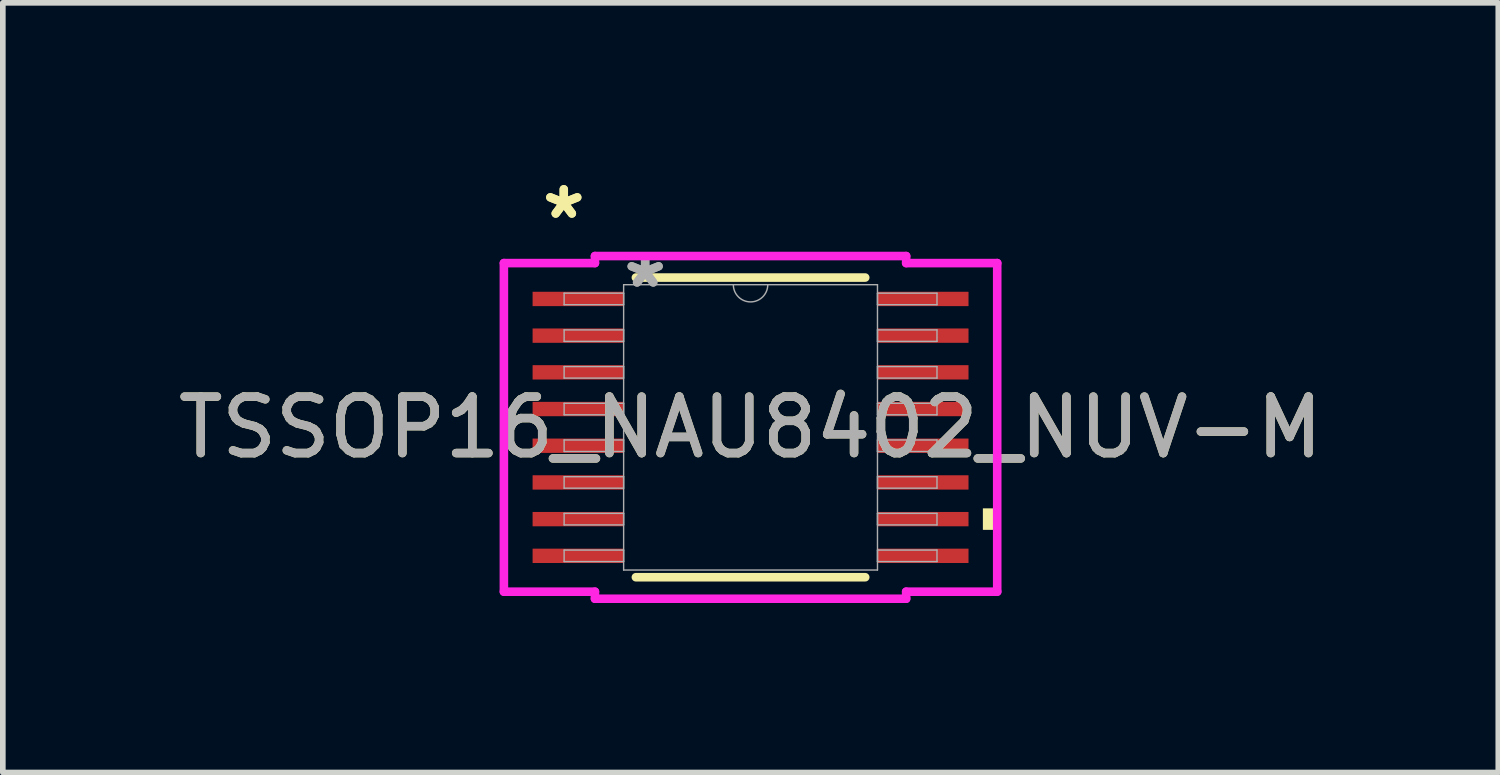
<source format=kicad_pcb>
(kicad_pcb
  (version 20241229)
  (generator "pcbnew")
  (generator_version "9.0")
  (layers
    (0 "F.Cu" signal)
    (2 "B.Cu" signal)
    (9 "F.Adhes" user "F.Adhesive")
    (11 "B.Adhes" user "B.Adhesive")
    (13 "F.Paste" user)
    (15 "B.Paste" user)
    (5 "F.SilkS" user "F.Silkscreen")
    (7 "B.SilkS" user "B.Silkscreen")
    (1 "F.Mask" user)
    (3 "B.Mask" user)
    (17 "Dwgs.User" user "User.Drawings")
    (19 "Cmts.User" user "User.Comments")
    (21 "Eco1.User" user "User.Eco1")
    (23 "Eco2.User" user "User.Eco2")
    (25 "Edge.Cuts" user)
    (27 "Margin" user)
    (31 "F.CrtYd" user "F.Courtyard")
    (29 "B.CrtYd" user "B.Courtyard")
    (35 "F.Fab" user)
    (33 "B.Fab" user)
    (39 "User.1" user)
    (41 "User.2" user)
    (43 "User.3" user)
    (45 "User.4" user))
  (footprint "TSSOP16_NAU8402_NUV-M"
    (layer "F.Cu")
    (at 10.244 4.52)
    (property "Reference" "TSSOP16_NAU8402_NUV-M" (at 0 0 0) (unlocked yes) (layer "F.SilkS") (effects (font (size 1 1) (thickness 0.15))))
    (attr smd)
    (fp_line (start -2.031 2.654) (end 2.031 2.654) (stroke (width 0.152) (type solid)) (layer "F.SilkS"))
    (fp_line (start 2.031 -2.654) (end -2.031 -2.654) (stroke (width 0.152) (type solid)) (layer "F.SilkS"))
    (fp_poly (pts (xy 4.369 1.434) (xy 4.369 1.815) (xy 4.115 1.815) (xy 4.115 1.434)) (stroke (width 0) (type solid)) (fill yes) (layer "F.SilkS"))
    (fp_line (start -4.369 -2.91) (end -2.756 -2.91) (stroke (width 0.152) (type solid)) (layer "F.CrtYd"))
    (fp_line (start -4.369 2.91) (end -4.369 -2.91) (stroke (width 0.152) (type solid)) (layer "F.CrtYd"))
    (fp_line (start -4.369 2.91) (end -2.756 2.91) (stroke (width 0.152) (type solid)) (layer "F.CrtYd"))
    (fp_line (start -2.756 -3.035) (end 2.756 -3.035) (stroke (width 0.152) (type solid)) (layer "F.CrtYd"))
    (fp_line (start -2.756 -2.91) (end -2.756 -3.035) (stroke (width 0.152) (type solid)) (layer "F.CrtYd"))
    (fp_line (start -2.756 3.035) (end -2.756 2.91) (stroke (width 0.152) (type solid)) (layer "F.CrtYd"))
    (fp_line (start 2.756 -3.035) (end 2.756 -2.91) (stroke (width 0.152) (type solid)) (layer "F.CrtYd"))
    (fp_line (start 2.756 2.91) (end 2.756 3.035) (stroke (width 0.152) (type solid)) (layer "F.CrtYd"))
    (fp_line (start 2.756 3.035) (end -2.756 3.035) (stroke (width 0.152) (type solid)) (layer "F.CrtYd"))
    (fp_line (start 4.369 -2.91) (end 2.756 -2.91) (stroke (width 0.152) (type solid)) (layer "F.CrtYd"))
    (fp_line (start 4.369 -2.91) (end 4.369 2.91) (stroke (width 0.152) (type solid)) (layer "F.CrtYd"))
    (fp_line (start 4.369 2.91) (end 2.756 2.91) (stroke (width 0.152) (type solid)) (layer "F.CrtYd"))
    (fp_line (start -3.302 -2.377) (end -3.302 -2.173) (stroke (width 0.025) (type solid)) (layer "F.Fab"))
    (fp_line (start -3.302 -2.173) (end -2.248 -2.173) (stroke (width 0.025) (type solid)) (layer "F.Fab"))
    (fp_line (start -3.302 -1.727) (end -3.302 -1.523) (stroke (width 0.025) (type solid)) (layer "F.Fab"))
    (fp_line (start -3.302 -1.523) (end -2.248 -1.523) (stroke (width 0.025) (type solid)) (layer "F.Fab"))
    (fp_line (start -3.302 -1.077) (end -3.302 -0.873) (stroke (width 0.025) (type solid)) (layer "F.Fab"))
    (fp_line (start -3.302 -0.873) (end -2.248 -0.873) (stroke (width 0.025) (type solid)) (layer "F.Fab"))
    (fp_line (start -3.302 -0.427) (end -3.302 -0.223) (stroke (width 0.025) (type solid)) (layer "F.Fab"))
    (fp_line (start -3.302 -0.223) (end -2.248 -0.223) (stroke (width 0.025) (type solid)) (layer "F.Fab"))
    (fp_line (start -3.302 0.223) (end -3.302 0.427) (stroke (width 0.025) (type solid)) (layer "F.Fab"))
    (fp_line (start -3.302 0.427) (end -2.248 0.427) (stroke (width 0.025) (type solid)) (layer "F.Fab"))
    (fp_line (start -3.302 0.873) (end -3.302 1.077) (stroke (width 0.025) (type solid)) (layer "F.Fab"))
    (fp_line (start -3.302 1.077) (end -2.248 1.077) (stroke (width 0.025) (type solid)) (layer "F.Fab"))
    (fp_line (start -3.302 1.523) (end -3.302 1.727) (stroke (width 0.025) (type solid)) (layer "F.Fab"))
    (fp_line (start -3.302 1.727) (end -2.248 1.727) (stroke (width 0.025) (type solid)) (layer "F.Fab"))
    (fp_line (start -3.302 2.173) (end -3.302 2.377) (stroke (width 0.025) (type solid)) (layer "F.Fab"))
    (fp_line (start -3.302 2.377) (end -2.248 2.377) (stroke (width 0.025) (type solid)) (layer "F.Fab"))
    (fp_line (start -2.248 -2.527) (end -2.248 2.527) (stroke (width 0.025) (type solid)) (layer "F.Fab"))
    (fp_line (start -2.248 -2.377) (end -3.302 -2.377) (stroke (width 0.025) (type solid)) (layer "F.Fab"))
    (fp_line (start -2.248 -2.173) (end -2.248 -2.377) (stroke (width 0.025) (type solid)) (layer "F.Fab"))
    (fp_line (start -2.248 -1.727) (end -3.302 -1.727) (stroke (width 0.025) (type solid)) (layer "F.Fab"))
    (fp_line (start -2.248 -1.523) (end -2.248 -1.727) (stroke (width 0.025) (type solid)) (layer "F.Fab"))
    (fp_line (start -2.248 -1.077) (end -3.302 -1.077) (stroke (width 0.025) (type solid)) (layer "F.Fab"))
    (fp_line (start -2.248 -0.873) (end -2.248 -1.077) (stroke (width 0.025) (type solid)) (layer "F.Fab"))
    (fp_line (start -2.248 -0.427) (end -3.302 -0.427) (stroke (width 0.025) (type solid)) (layer "F.Fab"))
    (fp_line (start -2.248 -0.223) (end -2.248 -0.427) (stroke (width 0.025) (type solid)) (layer "F.Fab"))
    (fp_line (start -2.248 0.223) (end -3.302 0.223) (stroke (width 0.025) (type solid)) (layer "F.Fab"))
    (fp_line (start -2.248 0.427) (end -2.248 0.223) (stroke (width 0.025) (type solid)) (layer "F.Fab"))
    (fp_line (start -2.248 0.873) (end -3.302 0.873) (stroke (width 0.025) (type solid)) (layer "F.Fab"))
    (fp_line (start -2.248 1.077) (end -2.248 0.873) (stroke (width 0.025) (type solid)) (layer "F.Fab"))
    (fp_line (start -2.248 1.523) (end -3.302 1.523) (stroke (width 0.025) (type solid)) (layer "F.Fab"))
    (fp_line (start -2.248 1.727) (end -2.248 1.523) (stroke (width 0.025) (type solid)) (layer "F.Fab"))
    (fp_line (start -2.248 2.173) (end -3.302 2.173) (stroke (width 0.025) (type solid)) (layer "F.Fab"))
    (fp_line (start -2.248 2.377) (end -2.248 2.173) (stroke (width 0.025) (type solid)) (layer "F.Fab"))
    (fp_line (start -2.248 2.527) (end 2.248 2.527) (stroke (width 0.025) (type solid)) (layer "F.Fab"))
    (fp_line (start 2.248 -2.527) (end -2.248 -2.527) (stroke (width 0.025) (type solid)) (layer "F.Fab"))
    (fp_line (start 2.248 -2.377) (end 2.248 -2.173) (stroke (width 0.025) (type solid)) (layer "F.Fab"))
    (fp_line (start 2.248 -2.173) (end 3.302 -2.173) (stroke (width 0.025) (type solid)) (layer "F.Fab"))
    (fp_line (start 2.248 -1.727) (end 2.248 -1.523) (stroke (width 0.025) (type solid)) (layer "F.Fab"))
    (fp_line (start 2.248 -1.523) (end 3.302 -1.523) (stroke (width 0.025) (type solid)) (layer "F.Fab"))
    (fp_line (start 2.248 -1.077) (end 2.248 -0.873) (stroke (width 0.025) (type solid)) (layer "F.Fab"))
    (fp_line (start 2.248 -0.873) (end 3.302 -0.873) (stroke (width 0.025) (type solid)) (layer "F.Fab"))
    (fp_line (start 2.248 -0.427) (end 2.248 -0.223) (stroke (width 0.025) (type solid)) (layer "F.Fab"))
    (fp_line (start 2.248 -0.223) (end 3.302 -0.223) (stroke (width 0.025) (type solid)) (layer "F.Fab"))
    (fp_line (start 2.248 0.223) (end 2.248 0.427) (stroke (width 0.025) (type solid)) (layer "F.Fab"))
    (fp_line (start 2.248 0.427) (end 3.302 0.427) (stroke (width 0.025) (type solid)) (layer "F.Fab"))
    (fp_line (start 2.248 0.873) (end 2.248 1.077) (stroke (width 0.025) (type solid)) (layer "F.Fab"))
    (fp_line (start 2.248 1.077) (end 3.302 1.077) (stroke (width 0.025) (type solid)) (layer "F.Fab"))
    (fp_line (start 2.248 1.523) (end 2.248 1.727) (stroke (width 0.025) (type solid)) (layer "F.Fab"))
    (fp_line (start 2.248 1.727) (end 3.302 1.727) (stroke (width 0.025) (type solid)) (layer "F.Fab"))
    (fp_line (start 2.248 2.173) (end 2.248 2.377) (stroke (width 0.025) (type solid)) (layer "F.Fab"))
    (fp_line (start 2.248 2.377) (end 3.302 2.377) (stroke (width 0.025) (type solid)) (layer "F.Fab"))
    (fp_line (start 2.248 2.527) (end 2.248 -2.527) (stroke (width 0.025) (type solid)) (layer "F.Fab"))
    (fp_line (start 3.302 -2.377) (end 2.248 -2.377) (stroke (width 0.025) (type solid)) (layer "F.Fab"))
    (fp_line (start 3.302 -2.173) (end 3.302 -2.377) (stroke (width 0.025) (type solid)) (layer "F.Fab"))
    (fp_line (start 3.302 -1.727) (end 2.248 -1.727) (stroke (width 0.025) (type solid)) (layer "F.Fab"))
    (fp_line (start 3.302 -1.523) (end 3.302 -1.727) (stroke (width 0.025) (type solid)) (layer "F.Fab"))
    (fp_line (start 3.302 -1.077) (end 2.248 -1.077) (stroke (width 0.025) (type solid)) (layer "F.Fab"))
    (fp_line (start 3.302 -0.873) (end 3.302 -1.077) (stroke (width 0.025) (type solid)) (layer "F.Fab"))
    (fp_line (start 3.302 -0.427) (end 2.248 -0.427) (stroke (width 0.025) (type solid)) (layer "F.Fab"))
    (fp_line (start 3.302 -0.223) (end 3.302 -0.427) (stroke (width 0.025) (type solid)) (layer "F.Fab"))
    (fp_line (start 3.302 0.223) (end 2.248 0.223) (stroke (width 0.025) (type solid)) (layer "F.Fab"))
    (fp_line (start 3.302 0.427) (end 3.302 0.223) (stroke (width 0.025) (type solid)) (layer "F.Fab"))
    (fp_line (start 3.302 0.873) (end 2.248 0.873) (stroke (width 0.025) (type solid)) (layer "F.Fab"))
    (fp_line (start 3.302 1.077) (end 3.302 0.873) (stroke (width 0.025) (type solid)) (layer "F.Fab"))
    (fp_line (start 3.302 1.523) (end 2.248 1.523) (stroke (width 0.025) (type solid)) (layer "F.Fab"))
    (fp_line (start 3.302 1.727) (end 3.302 1.523) (stroke (width 0.025) (type solid)) (layer "F.Fab"))
    (fp_line (start 3.302 2.173) (end 2.248 2.173) (stroke (width 0.025) (type solid)) (layer "F.Fab"))
    (fp_line (start 3.302 2.377) (end 3.302 2.173) (stroke (width 0.025) (type solid)) (layer "F.Fab"))
    (fp_arc (start 0.3048 -2.5273) (mid 0 -2.2225) (end -0.3048 -2.5273) (stroke (width 0.0254) (type solid)) (layer "F.Fab"))
    (fp_text user "*" (at -3.308 -3.672 0) (layer "F.SilkS") (effects (font (size 1 1) (thickness 0.15))))
    (fp_text user "*" (at -3.308 -3.672 0) (unlocked yes) (layer "F.SilkS") (effects (font (size 1 1) (thickness 0.15))))
    (fp_text user "*" (at -1.867 -2.451 0) (layer "F.Fab") (effects (font (size 1 1) (thickness 0.15))))
    (fp_text user "${REFERENCE}" (at 0 0 0) (unlocked yes) (layer "F.Fab") (effects (font (size 1 1) (thickness 0.15))))
    (fp_text user "*" (at -1.867 -2.451 0) (unlocked yes) (layer "F.Fab") (effects (font (size 1 1) (thickness 0.15))))
    (pad "1" smd rect (at -3.054 -2.275) (size 1.613 0.254) (layers "F.Cu" "F.Mask" "F.Paste"))
    (pad "2" smd rect (at -3.054 -1.625) (size 1.613 0.254) (layers "F.Cu" "F.Mask" "F.Paste"))
    (pad "3" smd rect (at -3.054 -0.975) (size 1.613 0.254) (layers "F.Cu" "F.Mask" "F.Paste"))
    (pad "4" smd rect (at -3.054 -0.325) (size 1.613 0.254) (layers "F.Cu" "F.Mask" "F.Paste"))
    (pad "5" smd rect (at -3.054 0.325) (size 1.613 0.254) (layers "F.Cu" "F.Mask" "F.Paste"))
    (pad "6" smd rect (at -3.054 0.975) (size 1.613 0.254) (layers "F.Cu" "F.Mask" "F.Paste"))
    (pad "7" smd rect (at -3.054 1.625) (size 1.613 0.254) (layers "F.Cu" "F.Mask" "F.Paste"))
    (pad "8" smd rect (at -3.054 2.275) (size 1.613 0.254) (layers "F.Cu" "F.Mask" "F.Paste"))
    (pad "9" smd rect (at 3.054 2.275) (size 1.613 0.254) (layers "F.Cu" "F.Mask" "F.Paste"))
    (pad "10" smd rect (at 3.054 1.625) (size 1.613 0.254) (layers "F.Cu" "F.Mask" "F.Paste"))
    (pad "11" smd rect (at 3.054 0.975) (size 1.613 0.254) (layers "F.Cu" "F.Mask" "F.Paste"))
    (pad "12" smd rect (at 3.054 0.325) (size 1.613 0.254) (layers "F.Cu" "F.Mask" "F.Paste"))
    (pad "13" smd rect (at 3.054 -0.325) (size 1.613 0.254) (layers "F.Cu" "F.Mask" "F.Paste"))
    (pad "14" smd rect (at 3.054 -0.975) (size 1.613 0.254) (layers "F.Cu" "F.Mask" "F.Paste"))
    (pad "15" smd rect (at 3.054 -1.625) (size 1.613 0.254) (layers "F.Cu" "F.Mask" "F.Paste"))
    (pad "16" smd rect (at 3.054 -2.275) (size 1.613 0.254) (layers "F.Cu" "F.Mask" "F.Paste")))
  (gr_rect
    (start -3 -3)
    (end 23.488 10.632)
    (stroke (width 0.1) (type default))
    (fill no)
    (layer "Edge.Cuts")))
</source>
